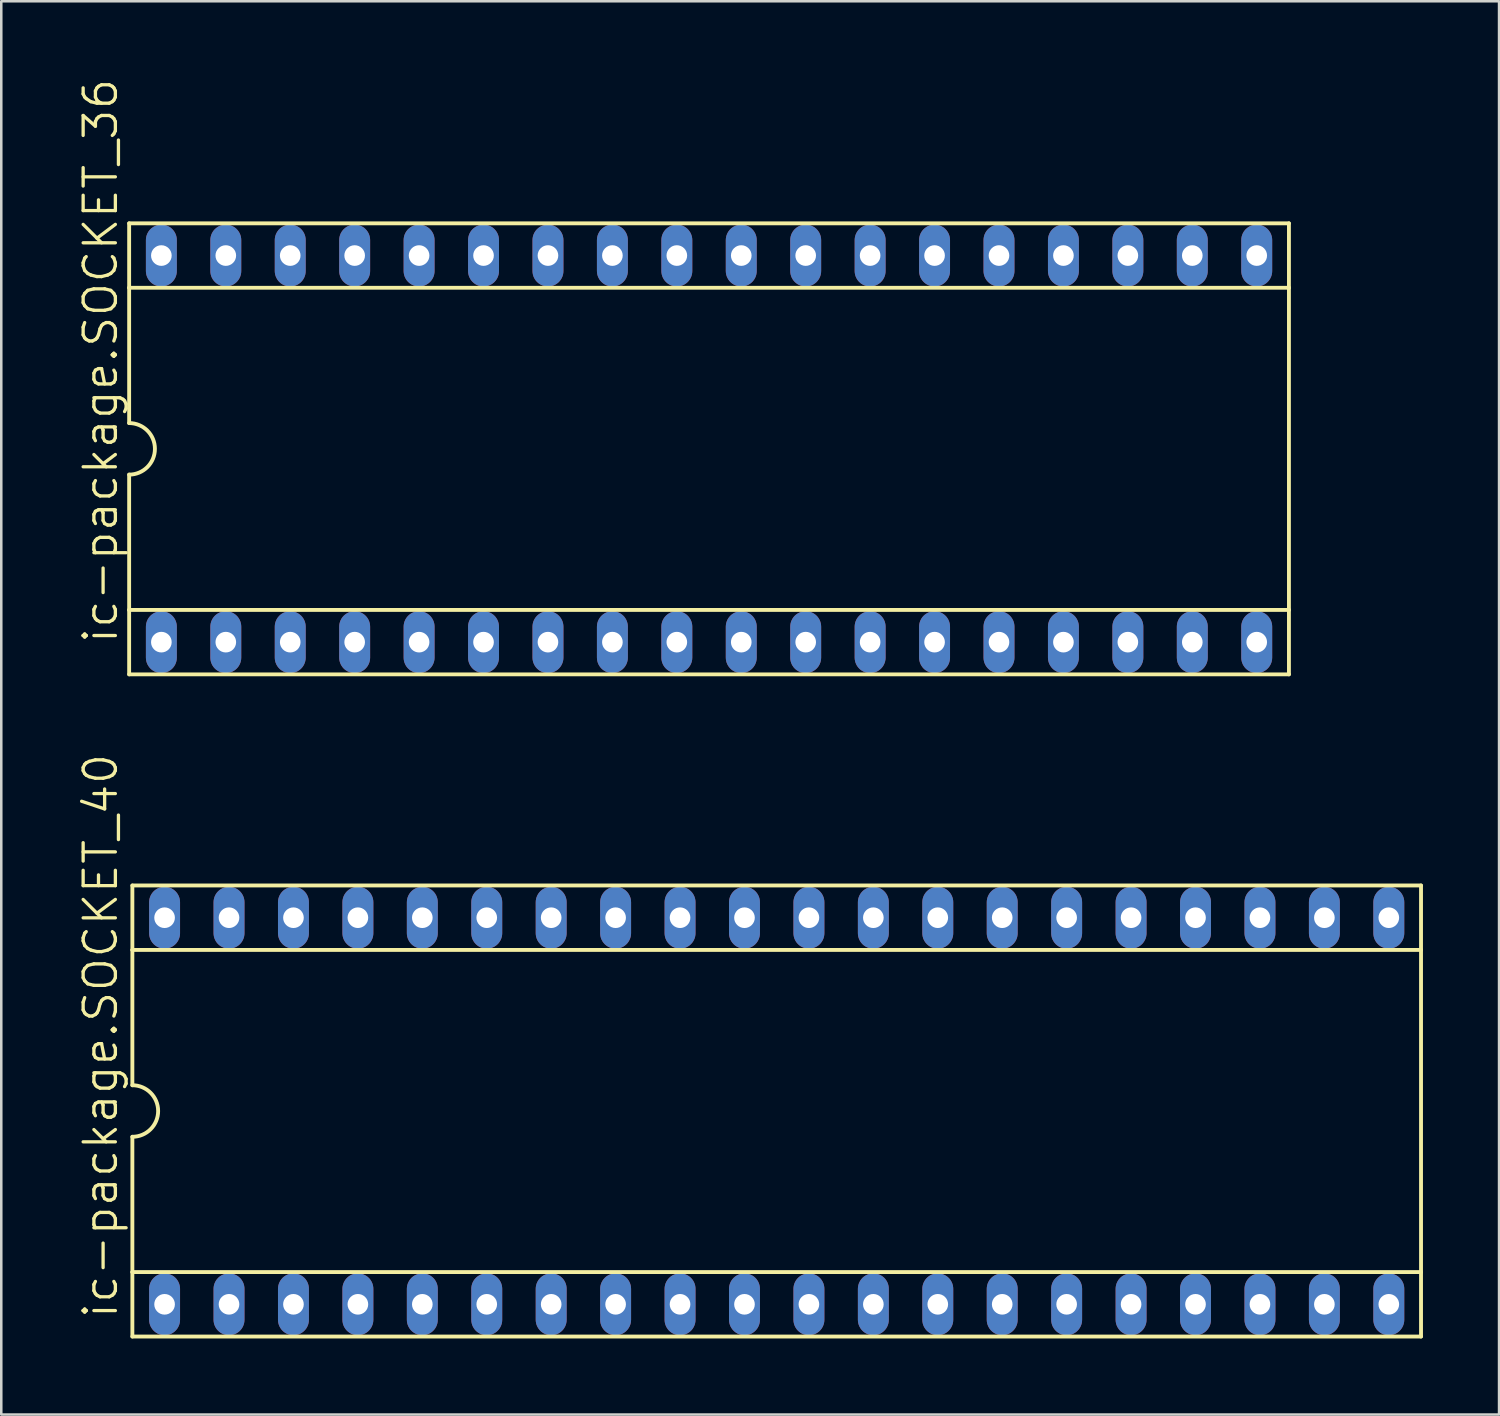
<source format=kicad_pcb>
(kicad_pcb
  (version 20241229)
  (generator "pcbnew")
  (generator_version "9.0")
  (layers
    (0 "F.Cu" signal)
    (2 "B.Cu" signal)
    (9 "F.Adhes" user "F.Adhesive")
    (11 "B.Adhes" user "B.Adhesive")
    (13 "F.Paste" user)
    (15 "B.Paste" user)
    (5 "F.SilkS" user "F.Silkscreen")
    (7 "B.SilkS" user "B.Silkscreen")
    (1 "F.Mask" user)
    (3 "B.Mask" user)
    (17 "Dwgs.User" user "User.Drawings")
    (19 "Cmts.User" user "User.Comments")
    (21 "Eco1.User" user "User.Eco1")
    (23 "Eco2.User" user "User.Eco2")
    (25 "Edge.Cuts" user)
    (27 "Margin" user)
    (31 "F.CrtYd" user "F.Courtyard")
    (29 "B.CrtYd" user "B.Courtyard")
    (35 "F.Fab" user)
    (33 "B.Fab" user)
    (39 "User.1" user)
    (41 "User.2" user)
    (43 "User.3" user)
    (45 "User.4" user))
  (footprint "ic-package.SOCKET_40"
    (layer "F.Cu")
    (at 27.568 40.747)
    (property "Reference" "ic-package.SOCKET_40" (at -25.908 8.255 90) (layer "F.SilkS") (effects (font (size 1.27 1.27) (thickness 0.13)) (justify left bottom)))
    (attr through_hole)
    (fp_line (start -25.4 -8.89) (end -25.4 -6.35) (stroke (width 0.152) (type default)) (layer "F.SilkS"))
    (fp_line (start -25.4 -6.35) (end -25.4 -1.016) (stroke (width 0.152) (type default)) (layer "F.SilkS"))
    (fp_line (start -25.4 -6.35) (end 25.4 -6.35) (stroke (width 0.152) (type default)) (layer "F.SilkS"))
    (fp_line (start -25.4 6.35) (end -25.4 1.016) (stroke (width 0.152) (type default)) (layer "F.SilkS"))
    (fp_line (start -25.4 6.35) (end 25.4 6.35) (stroke (width 0.152) (type default)) (layer "F.SilkS"))
    (fp_line (start -25.4 8.89) (end -25.4 6.35) (stroke (width 0.152) (type default)) (layer "F.SilkS"))
    (fp_line (start -25.4 8.89) (end 25.4 8.89) (stroke (width 0.152) (type default)) (layer "F.SilkS"))
    (fp_line (start 25.4 -8.89) (end -25.4 -8.89) (stroke (width 0.152) (type default)) (layer "F.SilkS"))
    (fp_line (start 25.4 -8.89) (end 25.4 -6.35) (stroke (width 0.152) (type default)) (layer "F.SilkS"))
    (fp_line (start 25.4 -6.35) (end 25.4 6.35) (stroke (width 0.152) (type default)) (layer "F.SilkS"))
    (fp_line (start 25.4 6.35) (end 25.4 8.89) (stroke (width 0.152) (type default)) (layer "F.SilkS"))
    (fp_arc (start -25.4 -1.016) (mid -24.384 0) (end -25.4 1.016) (stroke (width 0.1524) (type default)) (layer "F.SilkS"))
    (pad "1" thru_hole oval (at -24.13 7.62 90) (size 2.438 1.219) (drill 0.813) (layers "*.Cu" "*.Mask"))
    (pad "2" thru_hole oval (at -21.59 7.62 90) (size 2.438 1.219) (drill 0.813) (layers "*.Cu" "*.Mask"))
    (pad "3" thru_hole oval (at -19.05 7.62 90) (size 2.438 1.219) (drill 0.813) (layers "*.Cu" "*.Mask"))
    (pad "4" thru_hole oval (at -16.51 7.62 90) (size 2.438 1.219) (drill 0.813) (layers "*.Cu" "*.Mask"))
    (pad "5" thru_hole oval (at -13.97 7.62 90) (size 2.438 1.219) (drill 0.813) (layers "*.Cu" "*.Mask"))
    (pad "6" thru_hole oval (at -11.43 7.62 90) (size 2.438 1.219) (drill 0.813) (layers "*.Cu" "*.Mask"))
    (pad "7" thru_hole oval (at -8.89 7.62 90) (size 2.438 1.219) (drill 0.813) (layers "*.Cu" "*.Mask"))
    (pad "8" thru_hole oval (at -6.35 7.62 90) (size 2.438 1.219) (drill 0.813) (layers "*.Cu" "*.Mask"))
    (pad "9" thru_hole oval (at -3.81 7.62 90) (size 2.438 1.219) (drill 0.813) (layers "*.Cu" "*.Mask"))
    (pad "10" thru_hole oval (at -1.27 7.62 90) (size 2.438 1.219) (drill 0.813) (layers "*.Cu" "*.Mask"))
    (pad "11" thru_hole oval (at 1.27 7.62 90) (size 2.438 1.219) (drill 0.813) (layers "*.Cu" "*.Mask"))
    (pad "12" thru_hole oval (at 3.81 7.62 90) (size 2.438 1.219) (drill 0.813) (layers "*.Cu" "*.Mask"))
    (pad "13" thru_hole oval (at 6.35 7.62 90) (size 2.438 1.219) (drill 0.813) (layers "*.Cu" "*.Mask"))
    (pad "14" thru_hole oval (at 8.89 7.62 90) (size 2.438 1.219) (drill 0.813) (layers "*.Cu" "*.Mask"))
    (pad "15" thru_hole oval (at 11.43 7.62 90) (size 2.438 1.219) (drill 0.813) (layers "*.Cu" "*.Mask"))
    (pad "16" thru_hole oval (at 13.97 7.62 90) (size 2.438 1.219) (drill 0.813) (layers "*.Cu" "*.Mask"))
    (pad "17" thru_hole oval (at 16.51 7.62 90) (size 2.438 1.219) (drill 0.813) (layers "*.Cu" "*.Mask"))
    (pad "18" thru_hole oval (at 19.05 7.62 90) (size 2.438 1.219) (drill 0.813) (layers "*.Cu" "*.Mask"))
    (pad "19" thru_hole oval (at 21.59 7.62 90) (size 2.438 1.219) (drill 0.813) (layers "*.Cu" "*.Mask"))
    (pad "20" thru_hole oval (at 24.13 7.62 90) (size 2.438 1.219) (drill 0.813) (layers "*.Cu" "*.Mask"))
    (pad "21" thru_hole oval (at 24.13 -7.62 90) (size 2.438 1.219) (drill 0.813) (layers "*.Cu" "*.Mask"))
    (pad "22" thru_hole oval (at 21.59 -7.62 90) (size 2.438 1.219) (drill 0.813) (layers "*.Cu" "*.Mask"))
    (pad "23" thru_hole oval (at 19.05 -7.62 90) (size 2.438 1.219) (drill 0.813) (layers "*.Cu" "*.Mask"))
    (pad "24" thru_hole oval (at 16.51 -7.62 90) (size 2.438 1.219) (drill 0.813) (layers "*.Cu" "*.Mask"))
    (pad "25" thru_hole oval (at 13.97 -7.62 90) (size 2.438 1.219) (drill 0.813) (layers "*.Cu" "*.Mask"))
    (pad "26" thru_hole oval (at 11.43 -7.62 90) (size 2.438 1.219) (drill 0.813) (layers "*.Cu" "*.Mask"))
    (pad "27" thru_hole oval (at 8.89 -7.62 90) (size 2.438 1.219) (drill 0.813) (layers "*.Cu" "*.Mask"))
    (pad "28" thru_hole oval (at 6.35 -7.62 90) (size 2.438 1.219) (drill 0.813) (layers "*.Cu" "*.Mask"))
    (pad "29" thru_hole oval (at 3.81 -7.62 90) (size 2.438 1.219) (drill 0.813) (layers "*.Cu" "*.Mask"))
    (pad "30" thru_hole oval (at 1.27 -7.62 90) (size 2.438 1.219) (drill 0.813) (layers "*.Cu" "*.Mask"))
    (pad "31" thru_hole oval (at -1.27 -7.62 90) (size 2.438 1.219) (drill 0.813) (layers "*.Cu" "*.Mask"))
    (pad "32" thru_hole oval (at -3.81 -7.62 90) (size 2.438 1.219) (drill 0.813) (layers "*.Cu" "*.Mask"))
    (pad "33" thru_hole oval (at -6.35 -7.62 90) (size 2.438 1.219) (drill 0.813) (layers "*.Cu" "*.Mask"))
    (pad "34" thru_hole oval (at -8.89 -7.62 90) (size 2.438 1.219) (drill 0.813) (layers "*.Cu" "*.Mask"))
    (pad "35" thru_hole oval (at -11.43 -7.62 90) (size 2.438 1.219) (drill 0.813) (layers "*.Cu" "*.Mask"))
    (pad "36" thru_hole oval (at -13.97 -7.62 90) (size 2.438 1.219) (drill 0.813) (layers "*.Cu" "*.Mask"))
    (pad "37" thru_hole oval (at -16.51 -7.62 90) (size 2.438 1.219) (drill 0.813) (layers "*.Cu" "*.Mask"))
    (pad "38" thru_hole oval (at -19.05 -7.62 90) (size 2.438 1.219) (drill 0.813) (layers "*.Cu" "*.Mask"))
    (pad "39" thru_hole oval (at -21.59 -7.62 90) (size 2.438 1.219) (drill 0.813) (layers "*.Cu" "*.Mask"))
    (pad "40" thru_hole oval (at -24.13 -7.62 90) (size 2.438 1.219) (drill 0.813) (layers "*.Cu" "*.Mask")))
  (footprint "ic-package.SOCKET_36"
    (layer "F.Cu")
    (at 24.901 14.644)
    (property "Reference" "ic-package.SOCKET_36" (at -23.241 7.747 90) (layer "F.SilkS") (effects (font (size 1.27 1.27) (thickness 0.13)) (justify left bottom)))
    (attr through_hole)
    (fp_line (start -22.86 -8.89) (end -22.86 -6.35) (stroke (width 0.152) (type default)) (layer "F.SilkS"))
    (fp_line (start -22.86 -6.35) (end -22.86 -1.016) (stroke (width 0.152) (type default)) (layer "F.SilkS"))
    (fp_line (start -22.86 -6.35) (end 22.86 -6.35) (stroke (width 0.152) (type default)) (layer "F.SilkS"))
    (fp_line (start -22.86 6.35) (end -22.86 1.016) (stroke (width 0.152) (type default)) (layer "F.SilkS"))
    (fp_line (start -22.86 6.35) (end 22.86 6.35) (stroke (width 0.152) (type default)) (layer "F.SilkS"))
    (fp_line (start -22.86 8.89) (end -22.86 6.35) (stroke (width 0.152) (type default)) (layer "F.SilkS"))
    (fp_line (start -22.86 8.89) (end 22.86 8.89) (stroke (width 0.152) (type default)) (layer "F.SilkS"))
    (fp_line (start 22.86 -8.89) (end -22.86 -8.89) (stroke (width 0.152) (type default)) (layer "F.SilkS"))
    (fp_line (start 22.86 -8.89) (end 22.86 -6.35) (stroke (width 0.152) (type default)) (layer "F.SilkS"))
    (fp_line (start 22.86 -6.35) (end 22.86 6.35) (stroke (width 0.152) (type default)) (layer "F.SilkS"))
    (fp_line (start 22.86 6.35) (end 22.86 8.89) (stroke (width 0.152) (type default)) (layer "F.SilkS"))
    (fp_arc (start -22.86 -1.016) (mid -21.844 0) (end -22.86 1.016) (stroke (width 0.1524) (type default)) (layer "F.SilkS"))
    (pad "1" thru_hole oval (at -21.59 7.62 90) (size 2.438 1.219) (drill 0.813) (layers "*.Cu" "*.Mask"))
    (pad "2" thru_hole oval (at -19.05 7.62 90) (size 2.438 1.219) (drill 0.813) (layers "*.Cu" "*.Mask"))
    (pad "3" thru_hole oval (at -16.51 7.62 90) (size 2.438 1.219) (drill 0.813) (layers "*.Cu" "*.Mask"))
    (pad "4" thru_hole oval (at -13.97 7.62 90) (size 2.438 1.219) (drill 0.813) (layers "*.Cu" "*.Mask"))
    (pad "5" thru_hole oval (at -11.43 7.62 90) (size 2.438 1.219) (drill 0.813) (layers "*.Cu" "*.Mask"))
    (pad "6" thru_hole oval (at -8.89 7.62 90) (size 2.438 1.219) (drill 0.813) (layers "*.Cu" "*.Mask"))
    (pad "7" thru_hole oval (at -6.35 7.62 90) (size 2.438 1.219) (drill 0.813) (layers "*.Cu" "*.Mask"))
    (pad "8" thru_hole oval (at -3.81 7.62 90) (size 2.438 1.219) (drill 0.813) (layers "*.Cu" "*.Mask"))
    (pad "9" thru_hole oval (at -1.27 7.62 90) (size 2.438 1.219) (drill 0.813) (layers "*.Cu" "*.Mask"))
    (pad "10" thru_hole oval (at 1.27 7.62 90) (size 2.438 1.219) (drill 0.813) (layers "*.Cu" "*.Mask"))
    (pad "11" thru_hole oval (at 3.81 7.62 90) (size 2.438 1.219) (drill 0.813) (layers "*.Cu" "*.Mask"))
    (pad "12" thru_hole oval (at 6.35 7.62 90) (size 2.438 1.219) (drill 0.813) (layers "*.Cu" "*.Mask"))
    (pad "13" thru_hole oval (at 8.89 7.62 90) (size 2.438 1.219) (drill 0.813) (layers "*.Cu" "*.Mask"))
    (pad "14" thru_hole oval (at 11.43 7.62 90) (size 2.438 1.219) (drill 0.813) (layers "*.Cu" "*.Mask"))
    (pad "15" thru_hole oval (at 13.97 7.62 90) (size 2.438 1.219) (drill 0.813) (layers "*.Cu" "*.Mask"))
    (pad "16" thru_hole oval (at 16.51 7.62 90) (size 2.438 1.219) (drill 0.813) (layers "*.Cu" "*.Mask"))
    (pad "17" thru_hole oval (at 19.05 7.62 90) (size 2.438 1.219) (drill 0.813) (layers "*.Cu" "*.Mask"))
    (pad "18" thru_hole oval (at 21.59 7.62 90) (size 2.438 1.219) (drill 0.813) (layers "*.Cu" "*.Mask"))
    (pad "19" thru_hole oval (at 21.59 -7.62 90) (size 2.438 1.219) (drill 0.813) (layers "*.Cu" "*.Mask"))
    (pad "20" thru_hole oval (at 19.05 -7.62 90) (size 2.438 1.219) (drill 0.813) (layers "*.Cu" "*.Mask"))
    (pad "21" thru_hole oval (at 16.51 -7.62 90) (size 2.438 1.219) (drill 0.813) (layers "*.Cu" "*.Mask"))
    (pad "22" thru_hole oval (at 13.97 -7.62 90) (size 2.438 1.219) (drill 0.813) (layers "*.Cu" "*.Mask"))
    (pad "23" thru_hole oval (at 11.43 -7.62 90) (size 2.438 1.219) (drill 0.813) (layers "*.Cu" "*.Mask"))
    (pad "24" thru_hole oval (at 8.89 -7.62 90) (size 2.438 1.219) (drill 0.813) (layers "*.Cu" "*.Mask"))
    (pad "25" thru_hole oval (at 6.35 -7.62 90) (size 2.438 1.219) (drill 0.813) (layers "*.Cu" "*.Mask"))
    (pad "26" thru_hole oval (at 3.81 -7.62 90) (size 2.438 1.219) (drill 0.813) (layers "*.Cu" "*.Mask"))
    (pad "27" thru_hole oval (at 1.27 -7.62 90) (size 2.438 1.219) (drill 0.813) (layers "*.Cu" "*.Mask"))
    (pad "28" thru_hole oval (at -1.27 -7.62 90) (size 2.438 1.219) (drill 0.813) (layers "*.Cu" "*.Mask"))
    (pad "29" thru_hole oval (at -3.81 -7.62 90) (size 2.438 1.219) (drill 0.813) (layers "*.Cu" "*.Mask"))
    (pad "30" thru_hole oval (at -6.35 -7.62 90) (size 2.438 1.219) (drill 0.813) (layers "*.Cu" "*.Mask"))
    (pad "31" thru_hole oval (at -8.89 -7.62 90) (size 2.438 1.219) (drill 0.813) (layers "*.Cu" "*.Mask"))
    (pad "32" thru_hole oval (at -11.43 -7.62 90) (size 2.438 1.219) (drill 0.813) (layers "*.Cu" "*.Mask"))
    (pad "33" thru_hole oval (at -13.97 -7.62 90) (size 2.438 1.219) (drill 0.813) (layers "*.Cu" "*.Mask"))
    (pad "34" thru_hole oval (at -16.51 -7.62 90) (size 2.438 1.219) (drill 0.813) (layers "*.Cu" "*.Mask"))
    (pad "35" thru_hole oval (at -19.05 -7.62 90) (size 2.438 1.219) (drill 0.813) (layers "*.Cu" "*.Mask"))
    (pad "36" thru_hole oval (at -21.59 -7.62 90) (size 2.438 1.219) (drill 0.813) (layers "*.Cu" "*.Mask")))
  (gr_rect
    (start -3 -3)
    (end 56.044 52.713)
    (stroke (width 0.1) (type default))
    (fill no)
    (layer "Edge.Cuts")))
</source>
